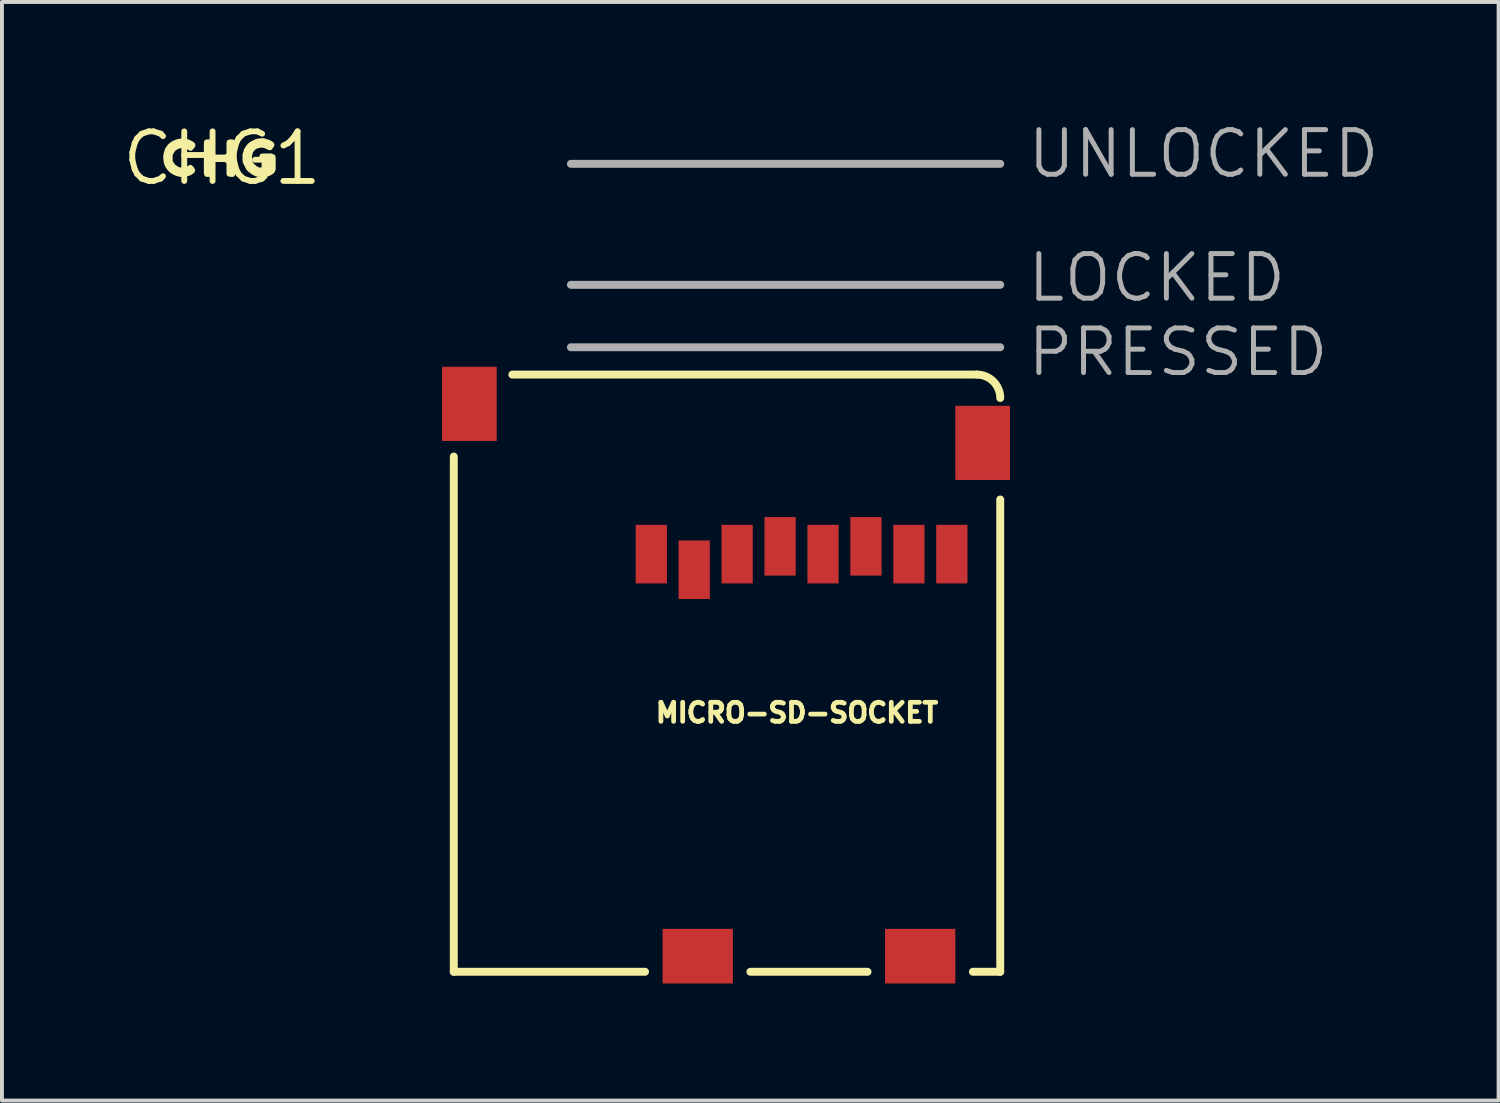
<source format=kicad_pcb>
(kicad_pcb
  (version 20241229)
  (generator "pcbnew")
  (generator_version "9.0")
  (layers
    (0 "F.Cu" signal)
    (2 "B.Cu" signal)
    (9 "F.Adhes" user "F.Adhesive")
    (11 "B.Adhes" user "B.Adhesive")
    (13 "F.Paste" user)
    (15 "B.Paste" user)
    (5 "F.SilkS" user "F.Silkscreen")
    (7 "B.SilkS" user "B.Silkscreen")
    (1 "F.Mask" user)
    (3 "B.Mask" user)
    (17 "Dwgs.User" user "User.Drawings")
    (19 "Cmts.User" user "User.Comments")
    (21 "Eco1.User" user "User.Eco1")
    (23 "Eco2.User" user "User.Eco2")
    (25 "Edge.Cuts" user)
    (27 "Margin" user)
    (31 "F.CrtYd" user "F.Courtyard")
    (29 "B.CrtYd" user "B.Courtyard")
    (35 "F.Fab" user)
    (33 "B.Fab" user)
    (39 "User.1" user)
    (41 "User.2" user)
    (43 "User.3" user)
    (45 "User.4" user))
  (footprint "MICRO-SD-SOCKET"
    (layer "F.Cu")
    (at 22.576 21.847)
    (property "Reference" "MICRO-SD-SOCKET" (at -8.89 -6.35 0) (layer "F.SilkS") (effects (font (size 0.488 0.488) (thickness 0.122)) (justify left bottom)))
    (fp_line (start -14 0) (end -14 -13.2) (stroke (width 0.203) (type solid)) (layer "F.SilkS"))
    (fp_line (start -14 0) (end -9.1 0) (stroke (width 0.203) (type solid)) (layer "F.SilkS"))
    (fp_line (start -3.4 0) (end -6.4 0) (stroke (width 0.203) (type solid)) (layer "F.SilkS"))
    (fp_line (start -0.6 -15.3) (end -12.5 -15.3) (stroke (width 0.203) (type solid)) (layer "F.SilkS"))
    (fp_line (start 0 -12.1) (end 0 0) (stroke (width 0.203) (type solid)) (layer "F.SilkS"))
    (fp_line (start 0 0) (end -0.7 0) (stroke (width 0.203) (type solid)) (layer "F.SilkS"))
    (fp_arc (start -0.6 -15.3) (mid -0.175736 -15.124264) (end 0 -14.7) (stroke (width 0.2032) (type solid)) (layer "F.SilkS"))
    (fp_line (start -11 -16) (end 0 -16) (stroke (width 0.203) (type solid)) (layer "F.Fab"))
    (fp_line (start 0 -20.7) (end -11 -20.7) (stroke (width 0.203) (type solid)) (layer "F.Fab"))
    (fp_line (start 0 -17.6) (end -11 -17.6) (stroke (width 0.203) (type solid)) (layer "F.Fab"))
    (fp_text user "PRESSED" (at 0.635 -15.875 0) (layer "F.Fab") (effects (font (size 1.143 1.143) (thickness 0.127)) (justify left)))
    (fp_text user "UNLOCKED" (at 0.635 -20.955 0) (layer "F.Fab") (effects (font (size 1.143 1.143) (thickness 0.127)) (justify left)))
    (fp_text user "LOCKED" (at 0.635 -17.78 0) (layer "F.Fab") (effects (font (size 1.143 1.143) (thickness 0.127)) (justify left)))
    (pad "CD1" smd rect (at -2.05 -0.4) (size 1.8 1.4) (layers "F.Cu" "F.Mask" "F.Paste"))
    (pad "CD2" smd rect (at -7.75 -0.4) (size 1.8 1.4) (layers "F.Cu" "F.Mask" "F.Paste"))
    (pad "CS/DAT3" smd rect (at -7.84 -10.3) (size 0.8 1.5) (layers "F.Cu" "F.Mask" "F.Paste"))
    (pad "DAT1" smd rect (at -1.24 -10.7) (size 0.8 1.5) (layers "F.Cu" "F.Mask" "F.Paste"))
    (pad "DAT2" smd rect (at -8.94 -10.7) (size 0.8 1.5) (layers "F.Cu" "F.Mask" "F.Paste"))
    (pad "DI/CMD" smd rect (at -6.74 -10.7) (size 0.8 1.5) (layers "F.Cu" "F.Mask" "F.Paste"))
    (pad "DO/DAT0" smd rect (at -2.34 -10.7) (size 0.8 1.5) (layers "F.Cu" "F.Mask" "F.Paste"))
    (pad "GND" smd rect (at -3.44 -10.9) (size 0.8 1.5) (layers "F.Cu" "F.Mask" "F.Paste"))
    (pad "GND1" smd rect (at -13.6 -14.55) (size 1.4 1.9) (layers "F.Cu" "F.Mask" "F.Paste"))
    (pad "GND3" smd rect (at -0.45 -13.55) (size 1.4 1.9) (layers "F.Cu" "F.Mask" "F.Paste"))
    (pad "SCLK" smd rect (at -4.54 -10.7) (size 0.8 1.5) (layers "F.Cu" "F.Mask" "F.Paste"))
    (pad "VCC" smd rect (at -5.64 -10.9) (size 0.8 1.5) (layers "F.Cu" "F.Mask" "F.Paste")))
  (footprint "CHG1"
    (layer "F.Cu")
    (at 2.638 1.006)
    (property "Reference" "CHG1" (at 0 0 0) (layer "F.SilkS") (effects (font (size 1.27 1.27) (thickness 0.15))))
    (fp_poly (pts (xy -0.246 -0.464) (xy -0.225 -0.401) (xy -0.225 -0.132) (xy -0.198 -0.095) (xy 0.078 -0.095) (xy 0.115 -0.122) (xy 0.115 -0.401) (xy 0.136 -0.464) (xy 0.199 -0.485) (xy 0.271 -0.485) (xy 0.335 -0.453) (xy 0.345 -0.39) (xy 0.355 0.371) (xy 0.334 0.433) (xy 0.292 0.475) (xy 0.209 0.475) (xy 0.136 0.454) (xy 0.115 0.401) (xy 0.115 0.132) (xy 0.078 0.095) (xy -0.188 0.095) (xy -0.225 0.132) (xy -0.225 0.401) (xy -0.257 0.454) (xy -0.319 0.475) (xy -0.412 0.475) (xy -0.455 0.432) (xy -0.465 0.37) (xy -0.465 -0.38) (xy -0.455 -0.453) (xy -0.401 -0.485) (xy -0.319 -0.485)) (stroke (width 0) (type solid)) (fill yes) (layer "F.SilkS"))
    (fp_poly (pts (xy -0.929 -0.495) (xy -0.858 -0.485) (xy -0.737 -0.424) (xy -0.685 -0.372) (xy -0.685 -0.308) (xy -0.726 -0.247) (xy -0.778 -0.195) (xy -0.832 -0.195) (xy -0.892 -0.235) (xy -0.951 -0.255) (xy -1.02 -0.265) (xy -1.088 -0.255) (xy -1.148 -0.226) (xy -1.196 -0.196) (xy -1.236 -0.137) (xy -1.265 -0.079) (xy -1.265 0.059) (xy -1.236 0.117) (xy -1.197 0.166) (xy -1.137 0.206) (xy -1.079 0.235) (xy -0.951 0.235) (xy -0.892 0.206) (xy -0.821 0.165) (xy -0.777 0.175) (xy -0.726 0.227) (xy -0.685 0.299) (xy -0.706 0.363) (xy -0.757 0.404) (xy -0.808 0.435) (xy -0.879 0.455) (xy -0.949 0.475) (xy -1.081 0.475) (xy -1.151 0.455) (xy -1.212 0.435) (xy -1.273 0.404) (xy -1.333 0.364) (xy -1.384 0.313) (xy -1.424 0.263) (xy -1.454 0.212) (xy -1.485 0.141) (xy -1.495 0.081) (xy -1.505 0.01) (xy -1.505 -0.06) (xy -1.495 -0.131) (xy -1.475 -0.192) (xy -1.455 -0.252) (xy -1.414 -0.313) (xy -1.374 -0.364) (xy -1.323 -0.404) (xy -1.262 -0.444) (xy -1.192 -0.475) (xy -1.131 -0.495) (xy -1.06 -0.505) (xy -1 -0.505)) (stroke (width 0) (type solid)) (fill yes) (layer "F.SilkS"))
    (fp_poly (pts (xy 1.131 -0.495) (xy 1.202 -0.475) (xy 1.263 -0.444) (xy 1.324 -0.403) (xy 1.345 -0.34) (xy 1.314 -0.277) (xy 1.263 -0.215) (xy 1.209 -0.205) (xy 1.079 -0.265) (xy 1.02 -0.275) (xy 0.951 -0.265) (xy 0.882 -0.245) (xy 0.834 -0.206) (xy 0.795 -0.158) (xy 0.775 -0.089) (xy 0.765 -0.02) (xy 0.775 0.049) (xy 0.794 0.108) (xy 0.834 0.156) (xy 0.893 0.206) (xy 0.951 0.235) (xy 1.079 0.235) (xy 1.135 0.207) (xy 1.135 0.085) (xy 0.998 0.075) (xy 0.955 0.032) (xy 0.955 -0.041) (xy 0.976 -0.104) (xy 1.039 -0.125) (xy 1.251 -0.125) (xy 1.322 -0.105) (xy 1.365 -0.073) (xy 1.375 -0.000355) (xy 1.375 0.281) (xy 1.354 0.342) (xy 1.313 0.394) (xy 1.262 0.424) (xy 1.202 0.455) (xy 1.131 0.465) (xy 1.06 0.475) (xy 0.909 0.475) (xy 0.848 0.455) (xy 0.787 0.424) (xy 0.727 0.384) (xy 0.677 0.344) (xy 0.626 0.293) (xy 0.535 0.112) (xy 0.525 0.04) (xy 0.525 -0.101) (xy 0.545 -0.161) (xy 0.565 -0.232) (xy 0.596 -0.283) (xy 0.636 -0.343) (xy 0.687 -0.394) (xy 0.747 -0.434) (xy 0.868 -0.495) (xy 0.929 -0.505) (xy 1 -0.515) (xy 1.071 -0.515)) (stroke (width 0) (type solid)) (fill yes) (layer "F.SilkS")))
  (gr_rect
    (start -3 -3)
    (end 35.344 25.147)
    (stroke (width 0.1) (type default))
    (fill no)
    (layer "Edge.Cuts")))
</source>
